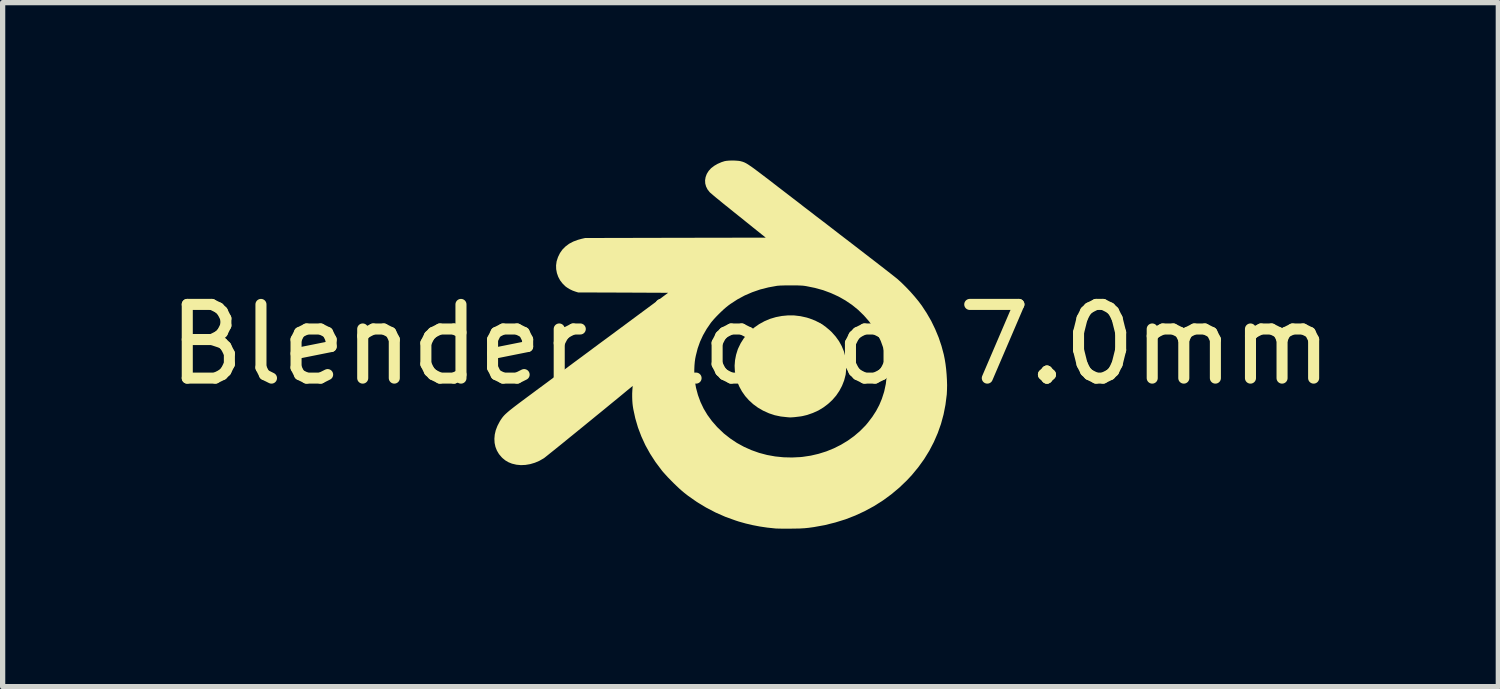
<source format=kicad_pcb>
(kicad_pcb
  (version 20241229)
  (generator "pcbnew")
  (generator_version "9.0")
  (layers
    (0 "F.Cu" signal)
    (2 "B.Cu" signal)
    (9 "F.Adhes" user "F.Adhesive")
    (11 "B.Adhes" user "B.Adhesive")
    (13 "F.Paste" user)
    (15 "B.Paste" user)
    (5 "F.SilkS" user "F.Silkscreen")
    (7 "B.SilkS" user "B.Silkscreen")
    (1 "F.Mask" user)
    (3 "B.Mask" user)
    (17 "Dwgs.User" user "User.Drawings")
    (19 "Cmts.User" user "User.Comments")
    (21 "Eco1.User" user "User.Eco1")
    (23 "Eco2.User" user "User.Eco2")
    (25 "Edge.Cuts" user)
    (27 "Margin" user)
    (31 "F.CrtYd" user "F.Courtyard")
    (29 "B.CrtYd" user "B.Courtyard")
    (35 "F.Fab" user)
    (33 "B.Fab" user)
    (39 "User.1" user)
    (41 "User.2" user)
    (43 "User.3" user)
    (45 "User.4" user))
  (footprint "Blender Logo 7.0mm"
    (layer "F.Cu")
    (at 11.208 3.497)
    (property "Reference" "Blender Logo 7.0mm" (at 0 0 180) (layer "F.SilkS") (effects (font (size 1.4 1.4) (thickness 0.21))))
    (attr board_only exclude_from_pos_files exclude_from_bom)
    (fp_poly (pts (xy 0.832 -0.554) (xy 0.95 -0.54) (xy 1.067 -0.514) (xy 1.122 -0.497) (xy 1.231 -0.455) (xy 1.33 -0.404) (xy 1.422 -0.343) (xy 1.509 -0.27) (xy 1.542 -0.239) (xy 1.618 -0.154) (xy 1.682 -0.065) (xy 1.734 0.029) (xy 1.775 0.128) (xy 1.804 0.234) (xy 1.804 0.235) (xy 1.81 0.27) (xy 1.814 0.315) (xy 1.816 0.366) (xy 1.817 0.419) (xy 1.817 0.472) (xy 1.814 0.52) (xy 1.81 0.56) (xy 1.808 0.574) (xy 1.78 0.681) (xy 1.74 0.783) (xy 1.689 0.879) (xy 1.628 0.969) (xy 1.556 1.052) (xy 1.475 1.127) (xy 1.386 1.194) (xy 1.29 1.252) (xy 1.186 1.299) (xy 1.077 1.337) (xy 0.994 1.357) (xy 0.962 1.363) (xy 0.924 1.368) (xy 0.882 1.373) (xy 0.84 1.378) (xy 0.801 1.381) (xy 0.768 1.383) (xy 0.746 1.383) (xy 0.745 1.383) (xy 0.729 1.382) (xy 0.706 1.38) (xy 0.695 1.379) (xy 0.576 1.366) (xy 0.462 1.342) (xy 0.353 1.306) (xy 0.245 1.257) (xy 0.242 1.256) (xy 0.142 1.198) (xy 0.052 1.132) (xy -0.029 1.058) (xy -0.1 0.978) (xy -0.161 0.891) (xy -0.211 0.8) (xy -0.251 0.705) (xy -0.279 0.606) (xy -0.296 0.505) (xy -0.301 0.402) (xy -0.293 0.298) (xy -0.273 0.194) (xy -0.241 0.091) (xy -0.232 0.07) (xy -0.185 -0.027) (xy -0.128 -0.117) (xy -0.058 -0.202) (xy -0.017 -0.245) (xy 0.07 -0.322) (xy 0.164 -0.388) (xy 0.266 -0.444) (xy 0.372 -0.489) (xy 0.483 -0.522) (xy 0.598 -0.544) (xy 0.715 -0.555)) (stroke (width 0) (type solid)) (fill yes) (layer "F.SilkS"))
    (fp_poly (pts (xy -0.312 -3.497) (xy -0.262 -3.494) (xy -0.217 -3.49) (xy -0.185 -3.484) (xy -0.168 -3.479) (xy -0.152 -3.475) (xy -0.136 -3.469) (xy -0.119 -3.463) (xy -0.101 -3.454) (xy -0.081 -3.444) (xy -0.059 -3.431) (xy -0.034 -3.415) (xy -0.005 -3.395) (xy 0.029 -3.372) (xy 0.068 -3.344) (xy 0.112 -3.311) (xy 0.164 -3.272) (xy 0.222 -3.228) (xy 0.288 -3.178) (xy 0.363 -3.121) (xy 0.447 -3.056) (xy 0.54 -2.984) (xy 0.556 -2.972) (xy 0.634 -2.912) (xy 0.72 -2.846) (xy 0.815 -2.773) (xy 0.917 -2.695) (xy 1.023 -2.612) (xy 1.135 -2.527) (xy 1.248 -2.439) (xy 1.364 -2.351) (xy 1.48 -2.262) (xy 1.594 -2.174) (xy 1.706 -2.087) (xy 1.815 -2.004) (xy 1.918 -1.925) (xy 2.01 -1.854) (xy 2.101 -1.784) (xy 2.189 -1.716) (xy 2.273 -1.651) (xy 2.354 -1.589) (xy 2.43 -1.53) (xy 2.5 -1.476) (xy 2.564 -1.426) (xy 2.622 -1.381) (xy 2.673 -1.341) (xy 2.715 -1.308) (xy 2.749 -1.281) (xy 2.773 -1.262) (xy 2.788 -1.25) (xy 2.788 -1.25) (xy 2.87 -1.176) (xy 2.954 -1.093) (xy 3.039 -1.004) (xy 3.119 -0.913) (xy 3.194 -0.822) (xy 3.256 -0.739) (xy 3.349 -0.597) (xy 3.435 -0.448) (xy 3.51 -0.293) (xy 3.576 -0.134) (xy 3.63 0.027) (xy 3.673 0.188) (xy 3.691 0.276) (xy 3.706 0.368) (xy 3.718 0.466) (xy 3.727 0.569) (xy 3.733 0.671) (xy 3.736 0.771) (xy 3.734 0.864) (xy 3.73 0.948) (xy 3.729 0.954) (xy 3.705 1.143) (xy 3.669 1.327) (xy 3.62 1.507) (xy 3.558 1.682) (xy 3.484 1.852) (xy 3.398 2.017) (xy 3.3 2.176) (xy 3.189 2.33) (xy 3.067 2.478) (xy 2.973 2.579) (xy 2.829 2.717) (xy 2.676 2.845) (xy 2.516 2.962) (xy 2.349 3.068) (xy 2.174 3.163) (xy 1.993 3.247) (xy 1.805 3.32) (xy 1.611 3.38) (xy 1.411 3.43) (xy 1.206 3.467) (xy 1.105 3.481) (xy 1.065 3.485) (xy 1.025 3.489) (xy 0.985 3.491) (xy 0.94 3.494) (xy 0.889 3.495) (xy 0.83 3.496) (xy 0.759 3.497) (xy 0.759 3.497) (xy 0.702 3.497) (xy 0.646 3.497) (xy 0.594 3.497) (xy 0.547 3.496) (xy 0.509 3.495) (xy 0.48 3.494) (xy 0.47 3.493) (xy 0.319 3.477) (xy 0.177 3.456) (xy 0.042 3.43) (xy -0.09 3.399) (xy -0.222 3.362) (xy -0.286 3.341) (xy -0.477 3.272) (xy -0.663 3.19) (xy -0.843 3.096) (xy -1.017 2.991) (xy -1.185 2.873) (xy -1.258 2.816) (xy -1.301 2.78) (xy -1.351 2.736) (xy -1.405 2.685) (xy -1.461 2.631) (xy -1.517 2.574) (xy -1.571 2.519) (xy -1.62 2.465) (xy -1.663 2.417) (xy -1.689 2.385) (xy -1.805 2.23) (xy -1.907 2.072) (xy -1.997 1.91) (xy -2.073 1.744) (xy -2.137 1.575) (xy -2.188 1.401) (xy -2.226 1.225) (xy -2.235 1.169) (xy -2.241 1.118) (xy -2.245 1.058) (xy -2.247 0.994) (xy -2.247 0.929) (xy -2.244 0.869) (xy -2.242 0.841) (xy -2.237 0.785) (xy -2.289 0.828) (xy -2.342 0.871) (xy -2.401 0.92) (xy -2.465 0.973) (xy -2.534 1.03) (xy -2.608 1.09) (xy -2.685 1.153) (xy -2.765 1.219) (xy -2.847 1.286) (xy -2.931 1.354) (xy -3.015 1.423) (xy -3.1 1.492) (xy -3.184 1.561) (xy -3.268 1.629) (xy -3.349 1.695) (xy -3.427 1.758) (xy -3.503 1.82) (xy -3.574 1.878) (xy -3.641 1.932) (xy -3.703 1.982) (xy -3.759 2.027) (xy -3.808 2.066) (xy -3.85 2.1) (xy -3.884 2.127) (xy -3.909 2.147) (xy -3.925 2.159) (xy -3.93 2.162) (xy -4.012 2.209) (xy -4.097 2.245) (xy -4.185 2.271) (xy -4.274 2.286) (xy -4.361 2.29) (xy -4.446 2.282) (xy -4.527 2.263) (xy -4.536 2.26) (xy -4.6 2.234) (xy -4.656 2.201) (xy -4.709 2.158) (xy -4.727 2.14) (xy -4.778 2.08) (xy -4.817 2.014) (xy -4.845 1.943) (xy -4.861 1.868) (xy -4.865 1.789) (xy -4.858 1.709) (xy -4.839 1.627) (xy -4.807 1.544) (xy -4.764 1.462) (xy -4.749 1.437) (xy -4.736 1.418) (xy -4.723 1.399) (xy -4.709 1.38) (xy -4.694 1.362) (xy -4.677 1.343) (xy -4.657 1.323) (xy -4.634 1.302) (xy -4.607 1.278) (xy -4.575 1.251) (xy -4.537 1.221) (xy -4.494 1.187) (xy -4.444 1.149) (xy -4.386 1.105) (xy -4.32 1.056) (xy -4.245 1) (xy -4.161 0.938) (xy -4.067 0.868) (xy -4.065 0.866) (xy -4.002 0.82) (xy -3.93 0.767) (xy -3.849 0.707) (xy -3.76 0.641) (xy -3.664 0.57) (xy -3.641 0.553) (xy -1.067 0.553) (xy -1.064 0.624) (xy -1.059 0.679) (xy -1.034 0.823) (xy -0.997 0.96) (xy -0.949 1.091) (xy -0.889 1.217) (xy -0.817 1.337) (xy -0.732 1.453) (xy -0.634 1.565) (xy -0.618 1.581) (xy -0.506 1.688) (xy -0.385 1.783) (xy -0.258 1.868) (xy -0.123 1.942) (xy 0.018 2.005) (xy 0.164 2.057) (xy 0.315 2.097) (xy 0.47 2.125) (xy 0.628 2.141) (xy 0.79 2.145) (xy 0.953 2.137) (xy 0.991 2.133) (xy 1.145 2.11) (xy 1.295 2.075) (xy 1.442 2.029) (xy 1.584 1.971) (xy 1.72 1.903) (xy 1.849 1.825) (xy 1.97 1.738) (xy 2.083 1.641) (xy 2.187 1.536) (xy 2.233 1.481) (xy 2.316 1.372) (xy 2.387 1.262) (xy 2.447 1.149) (xy 2.496 1.032) (xy 2.536 0.908) (xy 2.543 0.883) (xy 2.572 0.746) (xy 2.588 0.608) (xy 2.591 0.47) (xy 2.582 0.332) (xy 2.559 0.196) (xy 2.523 0.062) (xy 2.476 -0.068) (xy 2.415 -0.195) (xy 2.343 -0.317) (xy 2.342 -0.319) (xy 2.253 -0.442) (xy 2.154 -0.555) (xy 2.046 -0.66) (xy 1.93 -0.754) (xy 1.804 -0.839) (xy 1.671 -0.914) (xy 1.529 -0.979) (xy 1.381 -1.034) (xy 1.225 -1.077) (xy 1.063 -1.11) (xy 1.018 -1.117) (xy 0.989 -1.12) (xy 0.949 -1.122) (xy 0.901 -1.124) (xy 0.847 -1.125) (xy 0.789 -1.125) (xy 0.73 -1.125) (xy 0.672 -1.125) (xy 0.619 -1.123) (xy 0.571 -1.122) (xy 0.532 -1.119) (xy 0.507 -1.117) (xy 0.342 -1.087) (xy 0.184 -1.047) (xy 0.034 -0.995) (xy -0.11 -0.933) (xy -0.247 -0.859) (xy -0.379 -0.773) (xy -0.423 -0.741) (xy -0.464 -0.708) (xy -0.51 -0.668) (xy -0.559 -0.622) (xy -0.608 -0.574) (xy -0.655 -0.526) (xy -0.698 -0.479) (xy -0.734 -0.437) (xy -0.751 -0.416) (xy -0.832 -0.298) (xy -0.901 -0.178) (xy -0.958 -0.054) (xy -1.003 0.073) (xy -1.037 0.207) (xy -1.049 0.265) (xy -1.058 0.329) (xy -1.064 0.401) (xy -1.067 0.477) (xy -1.067 0.553) (xy -3.641 0.553) (xy -3.562 0.495) (xy -3.455 0.416) (xy -3.345 0.334) (xy -3.231 0.25) (xy -3.115 0.164) (xy -2.998 0.077) (xy -2.881 -0.01) (xy -2.764 -0.096) (xy -2.65 -0.18) (xy -2.557 -0.249) (xy -1.564 -0.984) (xy -2.42 -0.988) (xy -3.275 -0.991) (xy -3.326 -1.007) (xy -3.379 -1.026) (xy -3.433 -1.052) (xy -3.482 -1.082) (xy -3.513 -1.104) (xy -3.569 -1.159) (xy -3.616 -1.22) (xy -3.652 -1.287) (xy -3.677 -1.358) (xy -3.691 -1.432) (xy -3.693 -1.506) (xy -3.683 -1.58) (xy -3.683 -1.581) (xy -3.656 -1.664) (xy -3.619 -1.739) (xy -3.572 -1.806) (xy -3.513 -1.865) (xy -3.445 -1.916) (xy -3.365 -1.958) (xy -3.276 -1.991) (xy -3.207 -2.01) (xy -3.141 -2.025) (xy -1.426 -2.029) (xy 0.29 -2.032) (xy 0.043 -2.23) (xy -0.017 -2.279) (xy -0.085 -2.333) (xy -0.157 -2.392) (xy -0.233 -2.452) (xy -0.308 -2.512) (xy -0.38 -2.57) (xy -0.446 -2.624) (xy -0.47 -2.642) (xy -0.523 -2.685) (xy -0.574 -2.727) (xy -0.622 -2.766) (xy -0.666 -2.802) (xy -0.704 -2.834) (xy -0.735 -2.861) (xy -0.759 -2.881) (xy -0.773 -2.894) (xy -0.774 -2.895) (xy -0.815 -2.947) (xy -0.843 -3.003) (xy -0.859 -3.061) (xy -0.862 -3.122) (xy -0.852 -3.183) (xy -0.83 -3.242) (xy -0.795 -3.299) (xy -0.749 -3.35) (xy -0.691 -3.395) (xy -0.624 -3.434) (xy -0.548 -3.467) (xy -0.491 -3.485) (xy -0.457 -3.491) (xy -0.413 -3.495) (xy -0.364 -3.497)) (stroke (width 0) (type solid)) (fill yes) (layer "F.SilkS")))
  (gr_rect
    (start -3 -3)
    (end 25.417 9.995)
    (stroke (width 0.1) (type default))
    (fill no)
    (layer "Edge.Cuts")))
</source>
